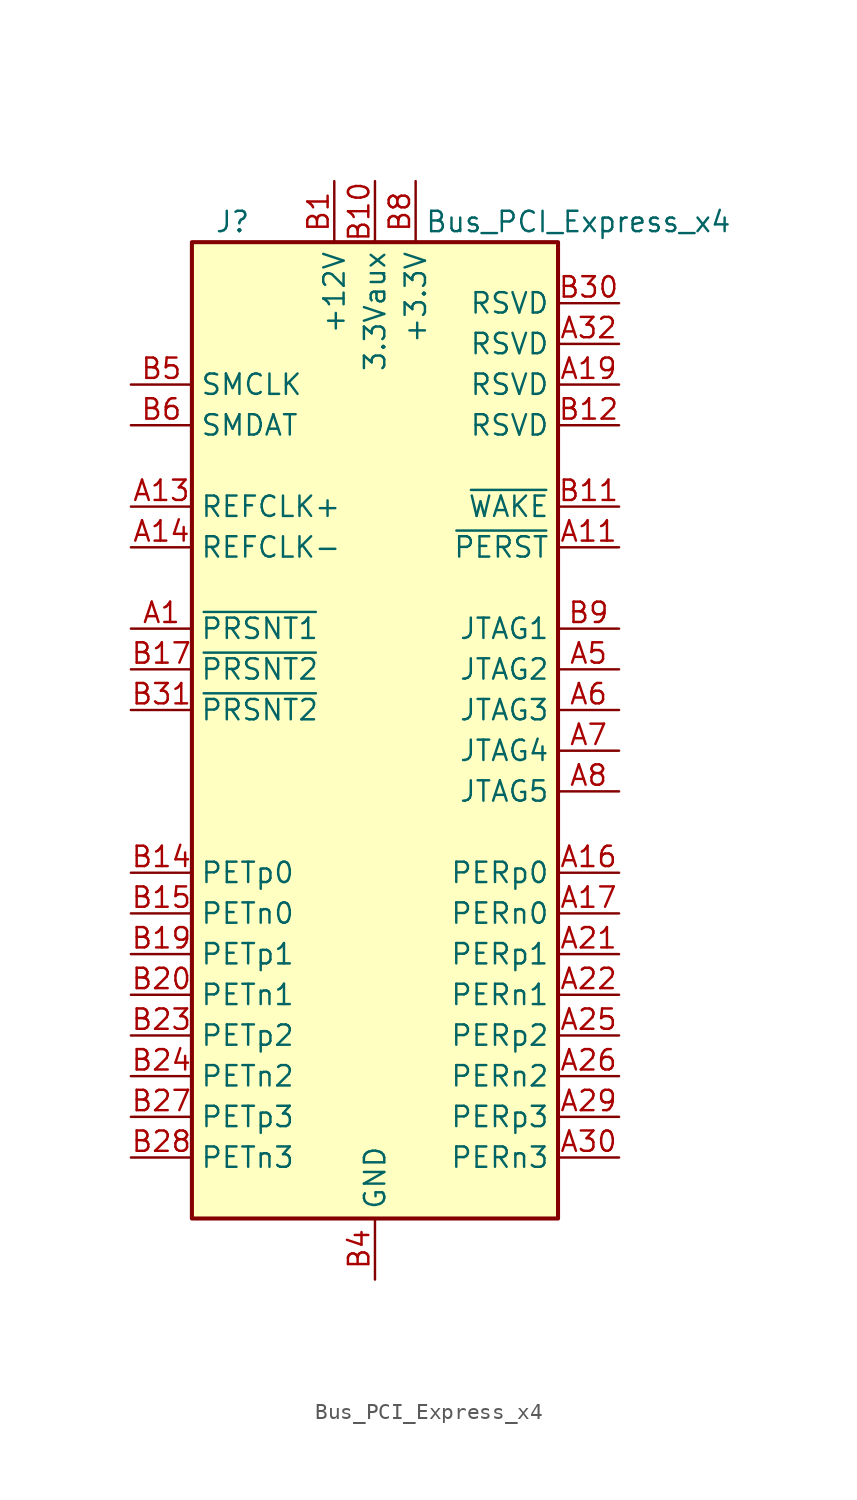
<source format=kicad_sym>
(kicad_symbol_lib
  (version 20201005)
  (generator kicad_symbol_editor)
  (symbol "Connector:Bus_PCI_Express_x4"
    (property "Reference" "J"
      (at -8.89 33.02 0)
      (effects (font (size 1.27 1.27))))
    (property "Value" "Bus_PCI_Express_x4"
      (at 12.7 33.02 0)
      (effects (font (size 1.27 1.27))))
    (symbol "Bus_PCI_Express_x4_0_1"
      (rectangle (start -11.43 31.75) (end 11.43 -29.21) (stroke (width 0.254)) (fill (type background))))
    (symbol "Bus_PCI_Express_x4_1_1"
      (pin passive line (at -15.24 7.62 0) (length 3.81) (name "~PRSNT1" (effects (font (size 1.27 1.27)))) (number "A1" (effects (font (size 1.27 1.27)))))
      (pin passive line (at 2.54 35.56 270) (length 3.81) hide (name "+3.3V" (effects (font (size 1.27 1.27)))) (number "A10" (effects (font (size 1.27 1.27)))))
      (pin input line (at 15.24 12.7 180) (length 3.81) (name "~PERST" (effects (font (size 1.27 1.27)))) (number "A11" (effects (font (size 1.27 1.27)))))
      (pin passive line (at 0 -33.02 90) (length 3.81) hide (name "GND" (effects (font (size 1.27 1.27)))) (number "A12" (effects (font (size 1.27 1.27)))))
      (pin input line (at -15.24 15.24 0) (length 3.81) (name "REFCLK+" (effects (font (size 1.27 1.27)))) (number "A13" (effects (font (size 1.27 1.27)))))
      (pin input line (at -15.24 12.7 0) (length 3.81) (name "REFCLK-" (effects (font (size 1.27 1.27)))) (number "A14" (effects (font (size 1.27 1.27)))))
      (pin passive line (at 0 -33.02 90) (length 3.81) hide (name "GND" (effects (font (size 1.27 1.27)))) (number "A15" (effects (font (size 1.27 1.27)))))
      (pin output line (at 15.24 -7.62 180) (length 3.81) (name "PERp0" (effects (font (size 1.27 1.27)))) (number "A16" (effects (font (size 1.27 1.27)))))
      (pin output line (at 15.24 -10.16 180) (length 3.81) (name "PERn0" (effects (font (size 1.27 1.27)))) (number "A17" (effects (font (size 1.27 1.27)))))
      (pin passive line (at 0 -33.02 90) (length 3.81) hide (name "GND" (effects (font (size 1.27 1.27)))) (number "A18" (effects (font (size 1.27 1.27)))))
      (pin passive line (at 15.24 22.86 180) (length 3.81) (name "RSVD" (effects (font (size 1.27 1.27)))) (number "A19" (effects (font (size 1.27 1.27)))))
      (pin passive line (at -2.54 35.56 270) (length 3.81) hide (name "+12V" (effects (font (size 1.27 1.27)))) (number "A2" (effects (font (size 1.27 1.27)))))
      (pin passive line (at 0 -33.02 90) (length 3.81) hide (name "GND" (effects (font (size 1.27 1.27)))) (number "A20" (effects (font (size 1.27 1.27)))))
      (pin output line (at 15.24 -12.7 180) (length 3.81) (name "PERp1" (effects (font (size 1.27 1.27)))) (number "A21" (effects (font (size 1.27 1.27)))))
      (pin output line (at 15.24 -15.24 180) (length 3.81) (name "PERn1" (effects (font (size 1.27 1.27)))) (number "A22" (effects (font (size 1.27 1.27)))))
      (pin passive line (at 0 -33.02 90) (length 3.81) hide (name "GND" (effects (font (size 1.27 1.27)))) (number "A23" (effects (font (size 1.27 1.27)))))
      (pin passive line (at 0 -33.02 90) (length 3.81) hide (name "GND" (effects (font (size 1.27 1.27)))) (number "A24" (effects (font (size 1.27 1.27)))))
      (pin output line (at 15.24 -17.78 180) (length 3.81) (name "PERp2" (effects (font (size 1.27 1.27)))) (number "A25" (effects (font (size 1.27 1.27)))))
      (pin output line (at 15.24 -20.32 180) (length 3.81) (name "PERn2" (effects (font (size 1.27 1.27)))) (number "A26" (effects (font (size 1.27 1.27)))))
      (pin passive line (at 0 -33.02 90) (length 3.81) hide (name "GND" (effects (font (size 1.27 1.27)))) (number "A27" (effects (font (size 1.27 1.27)))))
      (pin passive line (at 0 -33.02 90) (length 3.81) hide (name "GND" (effects (font (size 1.27 1.27)))) (number "A28" (effects (font (size 1.27 1.27)))))
      (pin output line (at 15.24 -22.86 180) (length 3.81) (name "PERp3" (effects (font (size 1.27 1.27)))) (number "A29" (effects (font (size 1.27 1.27)))))
      (pin passive line (at -2.54 35.56 270) (length 3.81) hide (name "+12V" (effects (font (size 1.27 1.27)))) (number "A3" (effects (font (size 1.27 1.27)))))
      (pin output line (at 15.24 -25.4 180) (length 3.81) (name "PERn3" (effects (font (size 1.27 1.27)))) (number "A30" (effects (font (size 1.27 1.27)))))
      (pin passive line (at 0 -33.02 90) (length 3.81) hide (name "GND" (effects (font (size 1.27 1.27)))) (number "A31" (effects (font (size 1.27 1.27)))))
      (pin passive line (at 15.24 25.4 180) (length 3.81) (name "RSVD" (effects (font (size 1.27 1.27)))) (number "A32" (effects (font (size 1.27 1.27)))))
      (pin passive line (at 0 -33.02 90) (length 3.81) hide (name "GND" (effects (font (size 1.27 1.27)))) (number "A4" (effects (font (size 1.27 1.27)))))
      (pin input line (at 15.24 5.08 180) (length 3.81) (name "JTAG2" (effects (font (size 1.27 1.27)))) (number "A5" (effects (font (size 1.27 1.27)))))
      (pin input line (at 15.24 2.54 180) (length 3.81) (name "JTAG3" (effects (font (size 1.27 1.27)))) (number "A6" (effects (font (size 1.27 1.27)))))
      (pin output line (at 15.24 0 180) (length 3.81) (name "JTAG4" (effects (font (size 1.27 1.27)))) (number "A7" (effects (font (size 1.27 1.27)))))
      (pin input line (at 15.24 -2.54 180) (length 3.81) (name "JTAG5" (effects (font (size 1.27 1.27)))) (number "A8" (effects (font (size 1.27 1.27)))))
      (pin passive line (at 2.54 35.56 270) (length 3.81) hide (name "+3.3V" (effects (font (size 1.27 1.27)))) (number "A9" (effects (font (size 1.27 1.27)))))
      (pin power_in line (at -2.54 35.56 270) (length 3.81) (name "+12V" (effects (font (size 1.27 1.27)))) (number "B1" (effects (font (size 1.27 1.27)))))
      (pin power_in line (at 0 35.56 270) (length 3.81) (name "3.3Vaux" (effects (font (size 1.27 1.27)))) (number "B10" (effects (font (size 1.27 1.27)))))
      (pin open_collector line (at 15.24 15.24 180) (length 3.81) (name "~WAKE" (effects (font (size 1.27 1.27)))) (number "B11" (effects (font (size 1.27 1.27)))))
      (pin passive line (at 15.24 20.32 180) (length 3.81) (name "RSVD" (effects (font (size 1.27 1.27)))) (number "B12" (effects (font (size 1.27 1.27)))))
      (pin passive line (at 0 -33.02 90) (length 3.81) hide (name "GND" (effects (font (size 1.27 1.27)))) (number "B13" (effects (font (size 1.27 1.27)))))
      (pin input line (at -15.24 -7.62 0) (length 3.81) (name "PETp0" (effects (font (size 1.27 1.27)))) (number "B14" (effects (font (size 1.27 1.27)))))
      (pin input line (at -15.24 -10.16 0) (length 3.81) (name "PETn0" (effects (font (size 1.27 1.27)))) (number "B15" (effects (font (size 1.27 1.27)))))
      (pin passive line (at 0 -33.02 90) (length 3.81) hide (name "GND" (effects (font (size 1.27 1.27)))) (number "B16" (effects (font (size 1.27 1.27)))))
      (pin passive line (at -15.24 5.08 0) (length 3.81) (name "~PRSNT2" (effects (font (size 1.27 1.27)))) (number "B17" (effects (font (size 1.27 1.27)))))
      (pin passive line (at 0 -33.02 90) (length 3.81) hide (name "GND" (effects (font (size 1.27 1.27)))) (number "B18" (effects (font (size 1.27 1.27)))))
      (pin input line (at -15.24 -12.7 0) (length 3.81) (name "PETp1" (effects (font (size 1.27 1.27)))) (number "B19" (effects (font (size 1.27 1.27)))))
      (pin passive line (at -2.54 35.56 270) (length 3.81) hide (name "+12V" (effects (font (size 1.27 1.27)))) (number "B2" (effects (font (size 1.27 1.27)))))
      (pin input line (at -15.24 -15.24 0) (length 3.81) (name "PETn1" (effects (font (size 1.27 1.27)))) (number "B20" (effects (font (size 1.27 1.27)))))
      (pin passive line (at 0 -33.02 90) (length 3.81) hide (name "GND" (effects (font (size 1.27 1.27)))) (number "B21" (effects (font (size 1.27 1.27)))))
      (pin passive line (at 0 -33.02 90) (length 3.81) hide (name "GND" (effects (font (size 1.27 1.27)))) (number "B22" (effects (font (size 1.27 1.27)))))
      (pin input line (at -15.24 -17.78 0) (length 3.81) (name "PETp2" (effects (font (size 1.27 1.27)))) (number "B23" (effects (font (size 1.27 1.27)))))
      (pin input line (at -15.24 -20.32 0) (length 3.81) (name "PETn2" (effects (font (size 1.27 1.27)))) (number "B24" (effects (font (size 1.27 1.27)))))
      (pin passive line (at 0 -33.02 90) (length 3.81) hide (name "GND" (effects (font (size 1.27 1.27)))) (number "B25" (effects (font (size 1.27 1.27)))))
      (pin passive line (at 0 -33.02 90) (length 3.81) hide (name "GND" (effects (font (size 1.27 1.27)))) (number "B26" (effects (font (size 1.27 1.27)))))
      (pin input line (at -15.24 -22.86 0) (length 3.81) (name "PETp3" (effects (font (size 1.27 1.27)))) (number "B27" (effects (font (size 1.27 1.27)))))
      (pin input line (at -15.24 -25.4 0) (length 3.81) (name "PETn3" (effects (font (size 1.27 1.27)))) (number "B28" (effects (font (size 1.27 1.27)))))
      (pin passive line (at 0 -33.02 90) (length 3.81) hide (name "GND" (effects (font (size 1.27 1.27)))) (number "B29" (effects (font (size 1.27 1.27)))))
      (pin passive line (at -2.54 35.56 270) (length 3.81) hide (name "+12V" (effects (font (size 1.27 1.27)))) (number "B3" (effects (font (size 1.27 1.27)))))
      (pin passive line (at 15.24 27.94 180) (length 3.81) (name "RSVD" (effects (font (size 1.27 1.27)))) (number "B30" (effects (font (size 1.27 1.27)))))
      (pin passive line (at -15.24 2.54 0) (length 3.81) (name "~PRSNT2" (effects (font (size 1.27 1.27)))) (number "B31" (effects (font (size 1.27 1.27)))))
      (pin passive line (at 0 -33.02 90) (length 3.81) hide (name "GND" (effects (font (size 1.27 1.27)))) (number "B32" (effects (font (size 1.27 1.27)))))
      (pin power_in line (at 0 -33.02 90) (length 3.81) (name "GND" (effects (font (size 1.27 1.27)))) (number "B4" (effects (font (size 1.27 1.27)))))
      (pin input line (at -15.24 22.86 0) (length 3.81) (name "SMCLK" (effects (font (size 1.27 1.27)))) (number "B5" (effects (font (size 1.27 1.27)))))
      (pin bidirectional line (at -15.24 20.32 0) (length 3.81) (name "SMDAT" (effects (font (size 1.27 1.27)))) (number "B6" (effects (font (size 1.27 1.27)))))
      (pin passive line (at 0 -33.02 90) (length 3.81) hide (name "GND" (effects (font (size 1.27 1.27)))) (number "B7" (effects (font (size 1.27 1.27)))))
      (pin power_in line (at 2.54 35.56 270) (length 3.81) (name "+3.3V" (effects (font (size 1.27 1.27)))) (number "B8" (effects (font (size 1.27 1.27)))))
      (pin input line (at 15.24 7.62 180) (length 3.81) (name "JTAG1" (effects (font (size 1.27 1.27)))) (number "B9" (effects (font (size 1.27 1.27))))))))
</source>
